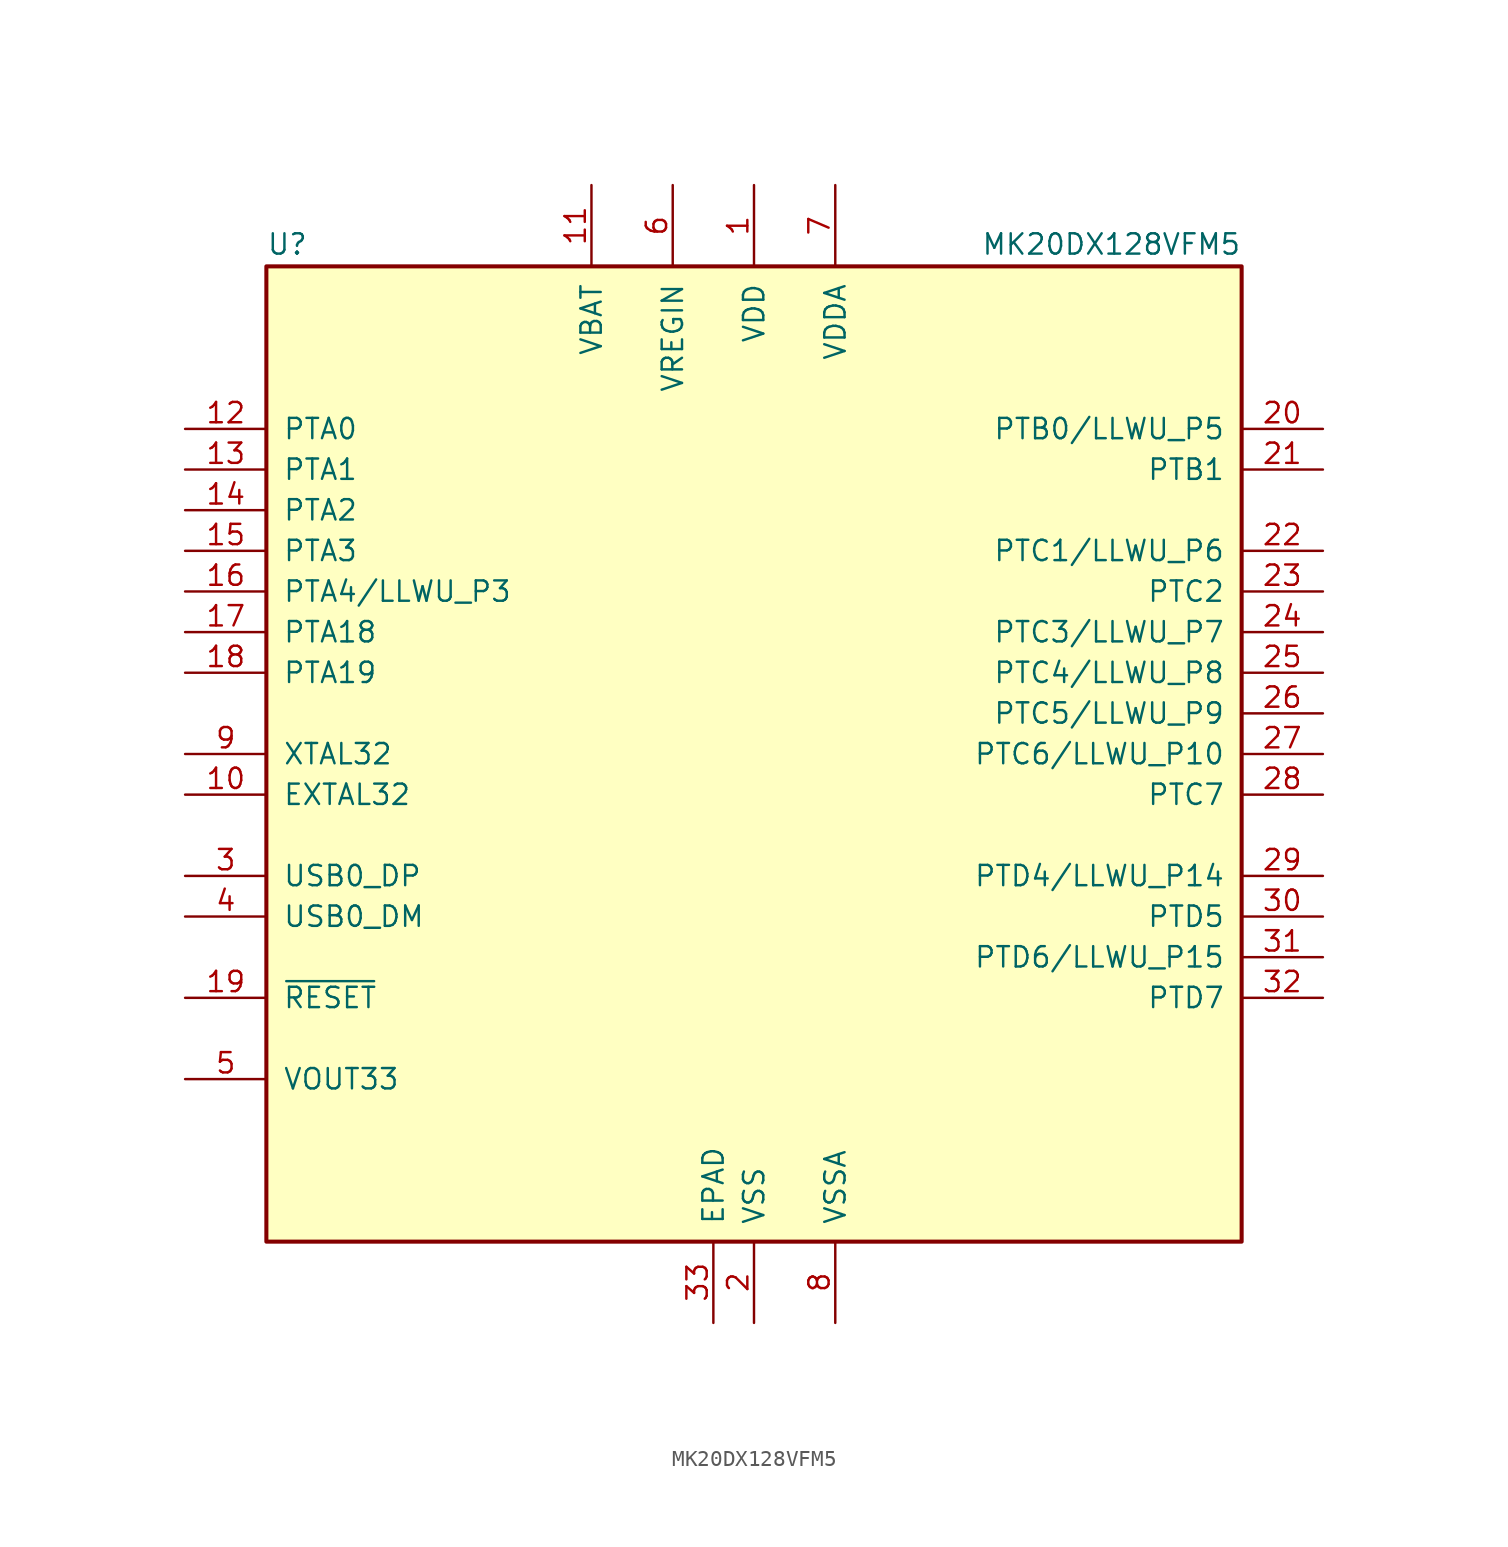
<source format=kicad_sym>
(kicad_symbol_lib
  (version 20241209)
  (generator "kicad_symbol_editor")
  (generator_version "9.0")
  (symbol "MK20DX128VFM5"
    (pin_names
      (offset 1.016))
    (property "Reference" "U"
      (at -30.48 31.115 0)
      (effects (font (size 1.27 1.27)) (justify left bottom)))
    (property "Value" "MK20DX128VFM5"
      (at 30.48 31.115 0)
      (effects (font (size 1.27 1.27)) (justify right bottom)))
    (symbol "MK20DX128VFM5_0_1"
      (rectangle (start -30.48 30.48) (end 30.48 -30.48) (stroke (width 0.254) (type default)) (fill (type background)))
      (pin bidirectional line (at -35.56 20.32 0) (length 5.08) (name "PTA0" (effects (font (size 1.27 1.27)))) (number "12" (effects (font (size 1.27 1.27)))))
      (pin bidirectional line (at -35.56 17.78 0) (length 5.08) (name "PTA1" (effects (font (size 1.27 1.27)))) (number "13" (effects (font (size 1.27 1.27)))))
      (pin bidirectional line (at -35.56 15.24 0) (length 5.08) (name "PTA2" (effects (font (size 1.27 1.27)))) (number "14" (effects (font (size 1.27 1.27)))))
      (pin bidirectional line (at -35.56 12.7 0) (length 5.08) (name "PTA3" (effects (font (size 1.27 1.27)))) (number "15" (effects (font (size 1.27 1.27)))))
      (pin bidirectional line (at -35.56 10.16 0) (length 5.08) (name "PTA4/LLWU_P3" (effects (font (size 1.27 1.27)))) (number "16" (effects (font (size 1.27 1.27)))))
      (pin bidirectional line (at -35.56 7.62 0) (length 5.08) (name "PTA18" (effects (font (size 1.27 1.27)))) (number "17" (effects (font (size 1.27 1.27)))))
      (pin bidirectional line (at -35.56 5.08 0) (length 5.08) (name "PTA19" (effects (font (size 1.27 1.27)))) (number "18" (effects (font (size 1.27 1.27)))))
      (pin input line (at -35.56 0 0) (length 5.08) (name "XTAL32" (effects (font (size 1.27 1.27)))) (number "9" (effects (font (size 1.27 1.27)))))
      (pin input line (at -35.56 -2.54 0) (length 5.08) (name "EXTAL32" (effects (font (size 1.27 1.27)))) (number "10" (effects (font (size 1.27 1.27)))))
      (pin bidirectional line (at -35.56 -7.62 0) (length 5.08) (name "USB0_DP" (effects (font (size 1.27 1.27)))) (number "3" (effects (font (size 1.27 1.27)))))
      (pin input line (at -35.56 -15.24 0) (length 5.08) (name "~{RESET}" (effects (font (size 1.27 1.27)))) (number "19" (effects (font (size 1.27 1.27)))))
      (pin power_out line (at -35.56 -20.32 0) (length 5.08) (name "VOUT33" (effects (font (size 1.27 1.27)))) (number "5" (effects (font (size 1.27 1.27)))))
      (pin power_in line (at -10.16 35.56 270) (length 5.08) (name "VBAT" (effects (font (size 1.27 1.27)))) (number "11" (effects (font (size 1.27 1.27)))))
      (pin power_in line (at -5.08 35.56 270) (length 5.08) (name "VREGIN" (effects (font (size 1.27 1.27)))) (number "6" (effects (font (size 1.27 1.27)))))
      (pin power_in line (at 0 35.56 270) (length 5.08) (name "VDD" (effects (font (size 1.27 1.27)))) (number "1" (effects (font (size 1.27 1.27)))))
      (pin power_in line (at 0 -35.56 90) (length 5.08) (name "VSS" (effects (font (size 1.27 1.27)))) (number "2" (effects (font (size 1.27 1.27)))))
      (pin power_in line (at 5.08 35.56 270) (length 5.08) (name "VDDA" (effects (font (size 1.27 1.27)))) (number "7" (effects (font (size 1.27 1.27)))))
      (pin power_in line (at 5.08 -35.56 90) (length 5.08) (name "VSSA" (effects (font (size 1.27 1.27)))) (number "8" (effects (font (size 1.27 1.27)))))
      (pin bidirectional line (at 35.56 20.32 180) (length 5.08) (name "PTB0/LLWU_P5" (effects (font (size 1.27 1.27)))) (number "20" (effects (font (size 1.27 1.27)))))
      (pin bidirectional line (at 35.56 17.78 180) (length 5.08) (name "PTB1" (effects (font (size 1.27 1.27)))) (number "21" (effects (font (size 1.27 1.27)))))
      (pin bidirectional line (at 35.56 12.7 180) (length 5.08) (name "PTC1/LLWU_P6" (effects (font (size 1.27 1.27)))) (number "22" (effects (font (size 1.27 1.27)))))
      (pin bidirectional line (at 35.56 10.16 180) (length 5.08) (name "PTC2" (effects (font (size 1.27 1.27)))) (number "23" (effects (font (size 1.27 1.27)))))
      (pin bidirectional line (at 35.56 7.62 180) (length 5.08) (name "PTC3/LLWU_P7" (effects (font (size 1.27 1.27)))) (number "24" (effects (font (size 1.27 1.27)))))
      (pin bidirectional line (at 35.56 5.08 180) (length 5.08) (name "PTC4/LLWU_P8" (effects (font (size 1.27 1.27)))) (number "25" (effects (font (size 1.27 1.27)))))
      (pin bidirectional line (at 35.56 2.54 180) (length 5.08) (name "PTC5/LLWU_P9" (effects (font (size 1.27 1.27)))) (number "26" (effects (font (size 1.27 1.27)))))
      (pin bidirectional line (at 35.56 0 180) (length 5.08) (name "PTC6/LLWU_P10" (effects (font (size 1.27 1.27)))) (number "27" (effects (font (size 1.27 1.27)))))
      (pin bidirectional line (at 35.56 -2.54 180) (length 5.08) (name "PTC7" (effects (font (size 1.27 1.27)))) (number "28" (effects (font (size 1.27 1.27)))))
      (pin bidirectional line (at 35.56 -7.62 180) (length 5.08) (name "PTD4/LLWU_P14" (effects (font (size 1.27 1.27)))) (number "29" (effects (font (size 1.27 1.27)))))
      (pin bidirectional line (at 35.56 -10.16 180) (length 5.08) (name "PTD5" (effects (font (size 1.27 1.27)))) (number "30" (effects (font (size 1.27 1.27)))))
      (pin bidirectional line (at 35.56 -12.7 180) (length 5.08) (name "PTD6/LLWU_P15" (effects (font (size 1.27 1.27)))) (number "31" (effects (font (size 1.27 1.27)))))
      (pin bidirectional line (at 35.56 -15.24 180) (length 5.08) (name "PTD7" (effects (font (size 1.27 1.27)))) (number "32" (effects (font (size 1.27 1.27))))))
    (symbol "MK20DX128VFM5_1_1"
      (pin bidirectional line (at -35.56 -10.16 0) (length 5.08) (name "USB0_DM" (effects (font (size 1.27 1.27)))) (number "4" (effects (font (size 1.27 1.27)))))
      (pin power_in line (at -2.54 -35.56 90) (length 5.08) (name "EPAD" (effects (font (size 1.27 1.27)))) (number "33" (effects (font (size 1.27 1.27))))))))
</source>
